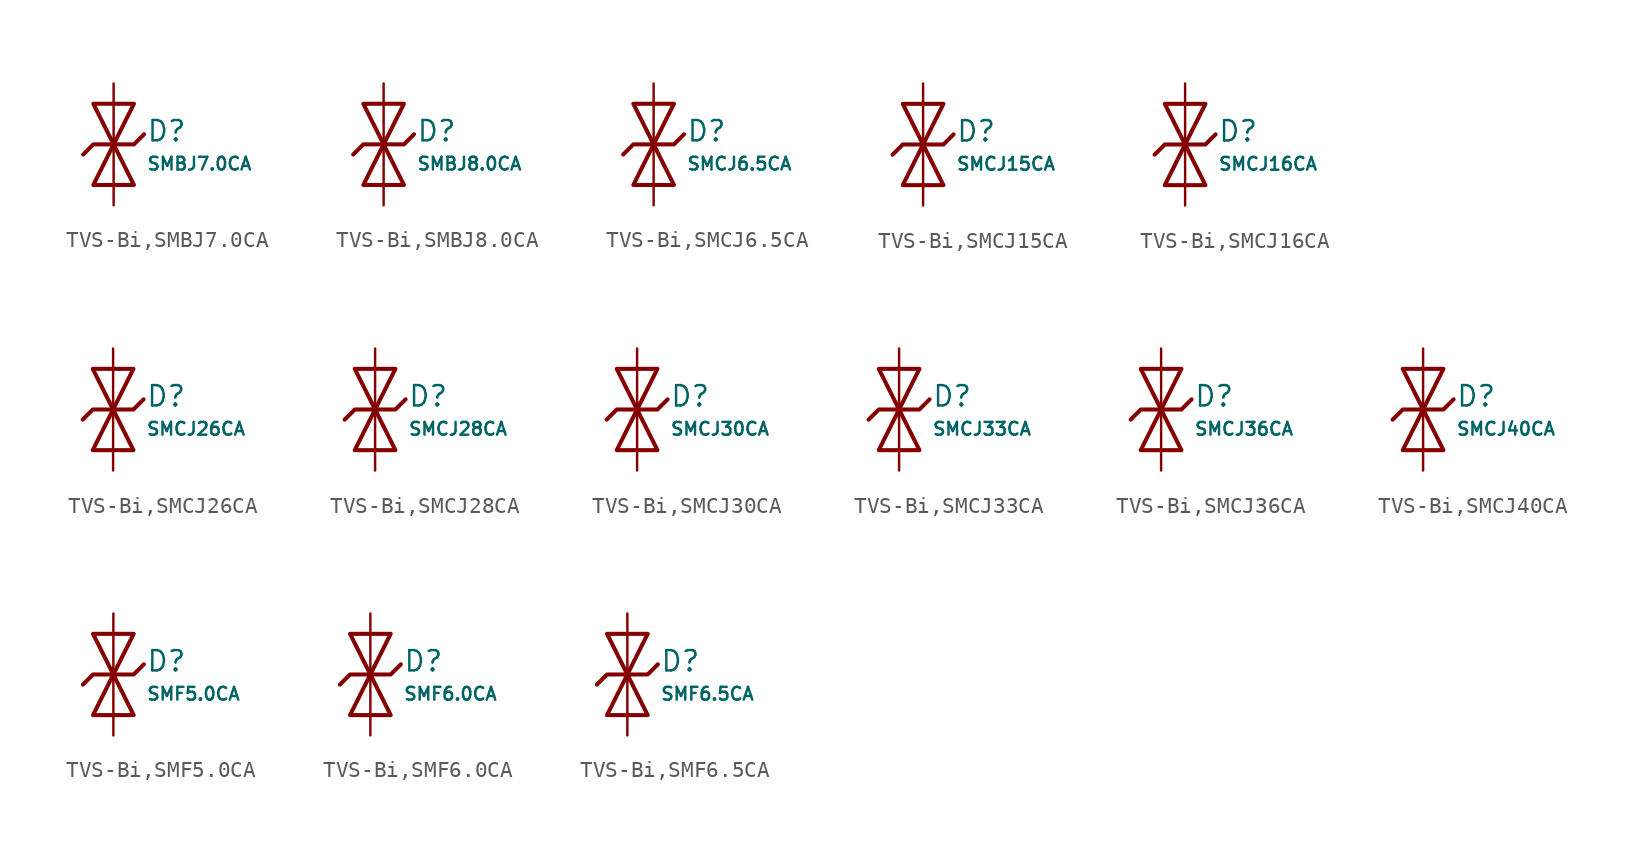
<source format=kicad_sym>
(kicad_symbol_lib
  (version 20231120)
  (generator "CDFER")
  (generator_version "8.0")
  (symbol "TVS-Bi,SMBJ7.0CA"
    (pin_numbers hide)
    (pin_names
      (offset 0))
    (property "Reference" "D"
      (at 2.032 0.834 0)
      (effects (font (size 1.27 1.27)) (justify left)))
    (property "Value" "SMBJ7.0CA"
      (at 2.032 -1.212 0)
      (effects (font (size 0.8 0.8)) (justify left)))
    (symbol "TVS-Bi,SMBJ7.0CA_0_1"
      (polyline (pts (xy -1.27 2.54) (xy 0 0) (xy 1.27 2.54) (xy -1.27 2.54)) (stroke (width 0.254) (type default)) (fill (type none))))
    (symbol "TVS-Bi,SMBJ7.0CA_0_1"
      (polyline (pts (xy 1.27 -2.54) (xy 0 0) (xy -1.27 -2.54) (xy 1.27 -2.54)) (stroke (width 0.254) (type default)) (fill (type none))))
    (symbol "TVS-Bi,SMBJ7.0CA_0_1"
      (polyline (pts (xy -1.905 -0.635) (xy -1.27 0) (xy 1.27 0) (xy 1.905 0.635)) (stroke (width 0.254) (type default)) (fill (type none))))
    (symbol "TVS-Bi,SMBJ7.0CA_1_1"
      (pin passive line (at 0 3.81 270) (length 3.81) (name "~" (effects (font (size 1.27 1.27)))) (number "2" (effects (font (size 1.27 1.27)))))
      (pin passive line (at 0 -3.81 90) (length 3.81) (name "~" (effects (font (size 1.27 1.27)))) (number "1" (effects (font (size 1.27 1.27)))))))
  (symbol "TVS-Bi,SMBJ8.0CA"
    (pin_numbers hide)
    (pin_names
      (offset 0))
    (property "Reference" "D"
      (at 2.032 0.834 0)
      (effects (font (size 1.27 1.27)) (justify left)))
    (property "Value" "SMBJ8.0CA"
      (at 2.032 -1.212 0)
      (effects (font (size 0.8 0.8)) (justify left)))
    (symbol "TVS-Bi,SMBJ8.0CA_0_1"
      (polyline (pts (xy -1.27 2.54) (xy 0 0) (xy 1.27 2.54) (xy -1.27 2.54)) (stroke (width 0.254) (type default)) (fill (type none))))
    (symbol "TVS-Bi,SMBJ8.0CA_0_1"
      (polyline (pts (xy 1.27 -2.54) (xy 0 0) (xy -1.27 -2.54) (xy 1.27 -2.54)) (stroke (width 0.254) (type default)) (fill (type none))))
    (symbol "TVS-Bi,SMBJ8.0CA_0_1"
      (polyline (pts (xy -1.905 -0.635) (xy -1.27 0) (xy 1.27 0) (xy 1.905 0.635)) (stroke (width 0.254) (type default)) (fill (type none))))
    (symbol "TVS-Bi,SMBJ8.0CA_1_1"
      (pin passive line (at 0 3.81 270) (length 3.81) (name "~" (effects (font (size 1.27 1.27)))) (number "2" (effects (font (size 1.27 1.27)))))
      (pin passive line (at 0 -3.81 90) (length 3.81) (name "~" (effects (font (size 1.27 1.27)))) (number "1" (effects (font (size 1.27 1.27)))))))
  (symbol "TVS-Bi,SMCJ6.5CA"
    (pin_numbers hide)
    (pin_names
      (offset 0))
    (property "Reference" "D"
      (at 2.032 0.834 0)
      (effects (font (size 1.27 1.27)) (justify left)))
    (property "Value" "SMCJ6.5CA"
      (at 2.032 -1.212 0)
      (effects (font (size 0.8 0.8)) (justify left)))
    (symbol "TVS-Bi,SMCJ6.5CA_0_1"
      (polyline (pts (xy -1.27 2.54) (xy 0 0) (xy 1.27 2.54) (xy -1.27 2.54)) (stroke (width 0.254) (type default)) (fill (type none))))
    (symbol "TVS-Bi,SMCJ6.5CA_0_1"
      (polyline (pts (xy 1.27 -2.54) (xy 0 0) (xy -1.27 -2.54) (xy 1.27 -2.54)) (stroke (width 0.254) (type default)) (fill (type none))))
    (symbol "TVS-Bi,SMCJ6.5CA_0_1"
      (polyline (pts (xy -1.905 -0.635) (xy -1.27 0) (xy 1.27 0) (xy 1.905 0.635)) (stroke (width 0.254) (type default)) (fill (type none))))
    (symbol "TVS-Bi,SMCJ6.5CA_1_1"
      (pin passive line (at 0 3.81 270) (length 3.81) (name "~" (effects (font (size 1.27 1.27)))) (number "2" (effects (font (size 1.27 1.27)))))
      (pin passive line (at 0 -3.81 90) (length 3.81) (name "~" (effects (font (size 1.27 1.27)))) (number "1" (effects (font (size 1.27 1.27)))))))
  (symbol "TVS-Bi,SMCJ15CA"
    (pin_numbers hide)
    (pin_names
      (offset 0))
    (property "Reference" "D"
      (at 2.032 0.834 0)
      (effects (font (size 1.27 1.27)) (justify left)))
    (property "Value" "SMCJ15CA"
      (at 2.032 -1.212 0)
      (effects (font (size 0.8 0.8)) (justify left)))
    (symbol "TVS-Bi,SMCJ15CA_0_1"
      (polyline (pts (xy -1.27 2.54) (xy 0 0) (xy 1.27 2.54) (xy -1.27 2.54)) (stroke (width 0.254) (type default)) (fill (type none))))
    (symbol "TVS-Bi,SMCJ15CA_0_1"
      (polyline (pts (xy 1.27 -2.54) (xy 0 0) (xy -1.27 -2.54) (xy 1.27 -2.54)) (stroke (width 0.254) (type default)) (fill (type none))))
    (symbol "TVS-Bi,SMCJ15CA_0_1"
      (polyline (pts (xy -1.905 -0.635) (xy -1.27 0) (xy 1.27 0) (xy 1.905 0.635)) (stroke (width 0.254) (type default)) (fill (type none))))
    (symbol "TVS-Bi,SMCJ15CA_1_1"
      (pin passive line (at 0 3.81 270) (length 3.81) (name "~" (effects (font (size 1.27 1.27)))) (number "2" (effects (font (size 1.27 1.27)))))
      (pin passive line (at 0 -3.81 90) (length 3.81) (name "~" (effects (font (size 1.27 1.27)))) (number "1" (effects (font (size 1.27 1.27)))))))
  (symbol "TVS-Bi,SMCJ16CA"
    (pin_numbers hide)
    (pin_names
      (offset 0))
    (property "Reference" "D"
      (at 2.032 0.834 0)
      (effects (font (size 1.27 1.27)) (justify left)))
    (property "Value" "SMCJ16CA"
      (at 2.032 -1.212 0)
      (effects (font (size 0.8 0.8)) (justify left)))
    (symbol "TVS-Bi,SMCJ16CA_0_1"
      (polyline (pts (xy -1.27 2.54) (xy 0 0) (xy 1.27 2.54) (xy -1.27 2.54)) (stroke (width 0.254) (type default)) (fill (type none))))
    (symbol "TVS-Bi,SMCJ16CA_0_1"
      (polyline (pts (xy 1.27 -2.54) (xy 0 0) (xy -1.27 -2.54) (xy 1.27 -2.54)) (stroke (width 0.254) (type default)) (fill (type none))))
    (symbol "TVS-Bi,SMCJ16CA_0_1"
      (polyline (pts (xy -1.905 -0.635) (xy -1.27 0) (xy 1.27 0) (xy 1.905 0.635)) (stroke (width 0.254) (type default)) (fill (type none))))
    (symbol "TVS-Bi,SMCJ16CA_1_1"
      (pin passive line (at 0 3.81 270) (length 3.81) (name "~" (effects (font (size 1.27 1.27)))) (number "2" (effects (font (size 1.27 1.27)))))
      (pin passive line (at 0 -3.81 90) (length 3.81) (name "~" (effects (font (size 1.27 1.27)))) (number "1" (effects (font (size 1.27 1.27)))))))
  (symbol "TVS-Bi,SMCJ26CA"
    (pin_numbers hide)
    (pin_names
      (offset 0))
    (property "Reference" "D"
      (at 2.032 0.834 0)
      (effects (font (size 1.27 1.27)) (justify left)))
    (property "Value" "SMCJ26CA"
      (at 2.032 -1.212 0)
      (effects (font (size 0.8 0.8)) (justify left)))
    (symbol "TVS-Bi,SMCJ26CA_0_1"
      (polyline (pts (xy -1.27 2.54) (xy 0 0) (xy 1.27 2.54) (xy -1.27 2.54)) (stroke (width 0.254) (type default)) (fill (type none))))
    (symbol "TVS-Bi,SMCJ26CA_0_1"
      (polyline (pts (xy 1.27 -2.54) (xy 0 0) (xy -1.27 -2.54) (xy 1.27 -2.54)) (stroke (width 0.254) (type default)) (fill (type none))))
    (symbol "TVS-Bi,SMCJ26CA_0_1"
      (polyline (pts (xy -1.905 -0.635) (xy -1.27 0) (xy 1.27 0) (xy 1.905 0.635)) (stroke (width 0.254) (type default)) (fill (type none))))
    (symbol "TVS-Bi,SMCJ26CA_1_1"
      (pin passive line (at 0 3.81 270) (length 3.81) (name "~" (effects (font (size 1.27 1.27)))) (number "2" (effects (font (size 1.27 1.27)))))
      (pin passive line (at 0 -3.81 90) (length 3.81) (name "~" (effects (font (size 1.27 1.27)))) (number "1" (effects (font (size 1.27 1.27)))))))
  (symbol "TVS-Bi,SMCJ28CA"
    (pin_numbers hide)
    (pin_names
      (offset 0))
    (property "Reference" "D"
      (at 2.032 0.834 0)
      (effects (font (size 1.27 1.27)) (justify left)))
    (property "Value" "SMCJ28CA"
      (at 2.032 -1.212 0)
      (effects (font (size 0.8 0.8)) (justify left)))
    (symbol "TVS-Bi,SMCJ28CA_0_1"
      (polyline (pts (xy -1.27 2.54) (xy 0 0) (xy 1.27 2.54) (xy -1.27 2.54)) (stroke (width 0.254) (type default)) (fill (type none))))
    (symbol "TVS-Bi,SMCJ28CA_0_1"
      (polyline (pts (xy 1.27 -2.54) (xy 0 0) (xy -1.27 -2.54) (xy 1.27 -2.54)) (stroke (width 0.254) (type default)) (fill (type none))))
    (symbol "TVS-Bi,SMCJ28CA_0_1"
      (polyline (pts (xy -1.905 -0.635) (xy -1.27 0) (xy 1.27 0) (xy 1.905 0.635)) (stroke (width 0.254) (type default)) (fill (type none))))
    (symbol "TVS-Bi,SMCJ28CA_1_1"
      (pin passive line (at 0 3.81 270) (length 3.81) (name "~" (effects (font (size 1.27 1.27)))) (number "2" (effects (font (size 1.27 1.27)))))
      (pin passive line (at 0 -3.81 90) (length 3.81) (name "~" (effects (font (size 1.27 1.27)))) (number "1" (effects (font (size 1.27 1.27)))))))
  (symbol "TVS-Bi,SMCJ30CA"
    (pin_numbers hide)
    (pin_names
      (offset 0))
    (property "Reference" "D"
      (at 2.032 0.834 0)
      (effects (font (size 1.27 1.27)) (justify left)))
    (property "Value" "SMCJ30CA"
      (at 2.032 -1.212 0)
      (effects (font (size 0.8 0.8)) (justify left)))
    (symbol "TVS-Bi,SMCJ30CA_0_1"
      (polyline (pts (xy -1.27 2.54) (xy 0 0) (xy 1.27 2.54) (xy -1.27 2.54)) (stroke (width 0.254) (type default)) (fill (type none))))
    (symbol "TVS-Bi,SMCJ30CA_0_1"
      (polyline (pts (xy 1.27 -2.54) (xy 0 0) (xy -1.27 -2.54) (xy 1.27 -2.54)) (stroke (width 0.254) (type default)) (fill (type none))))
    (symbol "TVS-Bi,SMCJ30CA_0_1"
      (polyline (pts (xy -1.905 -0.635) (xy -1.27 0) (xy 1.27 0) (xy 1.905 0.635)) (stroke (width 0.254) (type default)) (fill (type none))))
    (symbol "TVS-Bi,SMCJ30CA_1_1"
      (pin passive line (at 0 3.81 270) (length 3.81) (name "~" (effects (font (size 1.27 1.27)))) (number "2" (effects (font (size 1.27 1.27)))))
      (pin passive line (at 0 -3.81 90) (length 3.81) (name "~" (effects (font (size 1.27 1.27)))) (number "1" (effects (font (size 1.27 1.27)))))))
  (symbol "TVS-Bi,SMCJ33CA"
    (pin_numbers hide)
    (pin_names
      (offset 0))
    (property "Reference" "D"
      (at 2.032 0.834 0)
      (effects (font (size 1.27 1.27)) (justify left)))
    (property "Value" "SMCJ33CA"
      (at 2.032 -1.212 0)
      (effects (font (size 0.8 0.8)) (justify left)))
    (symbol "TVS-Bi,SMCJ33CA_0_1"
      (polyline (pts (xy -1.27 2.54) (xy 0 0) (xy 1.27 2.54) (xy -1.27 2.54)) (stroke (width 0.254) (type default)) (fill (type none))))
    (symbol "TVS-Bi,SMCJ33CA_0_1"
      (polyline (pts (xy 1.27 -2.54) (xy 0 0) (xy -1.27 -2.54) (xy 1.27 -2.54)) (stroke (width 0.254) (type default)) (fill (type none))))
    (symbol "TVS-Bi,SMCJ33CA_0_1"
      (polyline (pts (xy -1.905 -0.635) (xy -1.27 0) (xy 1.27 0) (xy 1.905 0.635)) (stroke (width 0.254) (type default)) (fill (type none))))
    (symbol "TVS-Bi,SMCJ33CA_1_1"
      (pin passive line (at 0 3.81 270) (length 3.81) (name "~" (effects (font (size 1.27 1.27)))) (number "2" (effects (font (size 1.27 1.27)))))
      (pin passive line (at 0 -3.81 90) (length 3.81) (name "~" (effects (font (size 1.27 1.27)))) (number "1" (effects (font (size 1.27 1.27)))))))
  (symbol "TVS-Bi,SMCJ36CA"
    (pin_numbers hide)
    (pin_names
      (offset 0))
    (property "Reference" "D"
      (at 2.032 0.834 0)
      (effects (font (size 1.27 1.27)) (justify left)))
    (property "Value" "SMCJ36CA"
      (at 2.032 -1.212 0)
      (effects (font (size 0.8 0.8)) (justify left)))
    (symbol "TVS-Bi,SMCJ36CA_0_1"
      (polyline (pts (xy -1.27 2.54) (xy 0 0) (xy 1.27 2.54) (xy -1.27 2.54)) (stroke (width 0.254) (type default)) (fill (type none))))
    (symbol "TVS-Bi,SMCJ36CA_0_1"
      (polyline (pts (xy 1.27 -2.54) (xy 0 0) (xy -1.27 -2.54) (xy 1.27 -2.54)) (stroke (width 0.254) (type default)) (fill (type none))))
    (symbol "TVS-Bi,SMCJ36CA_0_1"
      (polyline (pts (xy -1.905 -0.635) (xy -1.27 0) (xy 1.27 0) (xy 1.905 0.635)) (stroke (width 0.254) (type default)) (fill (type none))))
    (symbol "TVS-Bi,SMCJ36CA_1_1"
      (pin passive line (at 0 3.81 270) (length 3.81) (name "~" (effects (font (size 1.27 1.27)))) (number "2" (effects (font (size 1.27 1.27)))))
      (pin passive line (at 0 -3.81 90) (length 3.81) (name "~" (effects (font (size 1.27 1.27)))) (number "1" (effects (font (size 1.27 1.27)))))))
  (symbol "TVS-Bi,SMCJ40CA"
    (pin_numbers hide)
    (pin_names
      (offset 0))
    (property "Reference" "D"
      (at 2.032 0.834 0)
      (effects (font (size 1.27 1.27)) (justify left)))
    (property "Value" "SMCJ40CA"
      (at 2.032 -1.212 0)
      (effects (font (size 0.8 0.8)) (justify left)))
    (symbol "TVS-Bi,SMCJ40CA_0_1"
      (polyline (pts (xy -1.27 2.54) (xy 0 0) (xy 1.27 2.54) (xy -1.27 2.54)) (stroke (width 0.254) (type default)) (fill (type none))))
    (symbol "TVS-Bi,SMCJ40CA_0_1"
      (polyline (pts (xy 1.27 -2.54) (xy 0 0) (xy -1.27 -2.54) (xy 1.27 -2.54)) (stroke (width 0.254) (type default)) (fill (type none))))
    (symbol "TVS-Bi,SMCJ40CA_0_1"
      (polyline (pts (xy -1.905 -0.635) (xy -1.27 0) (xy 1.27 0) (xy 1.905 0.635)) (stroke (width 0.254) (type default)) (fill (type none))))
    (symbol "TVS-Bi,SMCJ40CA_1_1"
      (pin passive line (at 0 3.81 270) (length 3.81) (name "~" (effects (font (size 1.27 1.27)))) (number "2" (effects (font (size 1.27 1.27)))))
      (pin passive line (at 0 -3.81 90) (length 3.81) (name "~" (effects (font (size 1.27 1.27)))) (number "1" (effects (font (size 1.27 1.27)))))))
  (symbol "TVS-Bi,SMF5.0CA"
    (pin_numbers hide)
    (pin_names
      (offset 0))
    (property "Reference" "D"
      (at 2.032 0.834 0)
      (effects (font (size 1.27 1.27)) (justify left)))
    (property "Value" "SMF5.0CA"
      (at 2.032 -1.212 0)
      (effects (font (size 0.8 0.8)) (justify left)))
    (symbol "TVS-Bi,SMF5.0CA_0_1"
      (polyline (pts (xy -1.27 2.54) (xy 0 0) (xy 1.27 2.54) (xy -1.27 2.54)) (stroke (width 0.254) (type default)) (fill (type none))))
    (symbol "TVS-Bi,SMF5.0CA_0_1"
      (polyline (pts (xy 1.27 -2.54) (xy 0 0) (xy -1.27 -2.54) (xy 1.27 -2.54)) (stroke (width 0.254) (type default)) (fill (type none))))
    (symbol "TVS-Bi,SMF5.0CA_0_1"
      (polyline (pts (xy -1.905 -0.635) (xy -1.27 0) (xy 1.27 0) (xy 1.905 0.635)) (stroke (width 0.254) (type default)) (fill (type none))))
    (symbol "TVS-Bi,SMF5.0CA_1_1"
      (pin passive line (at 0 3.81 270) (length 3.81) (name "~" (effects (font (size 1.27 1.27)))) (number "2" (effects (font (size 1.27 1.27)))))
      (pin passive line (at 0 -3.81 90) (length 3.81) (name "~" (effects (font (size 1.27 1.27)))) (number "1" (effects (font (size 1.27 1.27)))))))
  (symbol "TVS-Bi,SMF6.0CA"
    (pin_numbers hide)
    (pin_names
      (offset 0))
    (property "Reference" "D"
      (at 2.032 0.834 0)
      (effects (font (size 1.27 1.27)) (justify left)))
    (property "Value" "SMF6.0CA"
      (at 2.032 -1.212 0)
      (effects (font (size 0.8 0.8)) (justify left)))
    (symbol "TVS-Bi,SMF6.0CA_0_1"
      (polyline (pts (xy -1.27 2.54) (xy 0 0) (xy 1.27 2.54) (xy -1.27 2.54)) (stroke (width 0.254) (type default)) (fill (type none))))
    (symbol "TVS-Bi,SMF6.0CA_0_1"
      (polyline (pts (xy 1.27 -2.54) (xy 0 0) (xy -1.27 -2.54) (xy 1.27 -2.54)) (stroke (width 0.254) (type default)) (fill (type none))))
    (symbol "TVS-Bi,SMF6.0CA_0_1"
      (polyline (pts (xy -1.905 -0.635) (xy -1.27 0) (xy 1.27 0) (xy 1.905 0.635)) (stroke (width 0.254) (type default)) (fill (type none))))
    (symbol "TVS-Bi,SMF6.0CA_1_1"
      (pin passive line (at 0 3.81 270) (length 3.81) (name "~" (effects (font (size 1.27 1.27)))) (number "2" (effects (font (size 1.27 1.27)))))
      (pin passive line (at 0 -3.81 90) (length 3.81) (name "~" (effects (font (size 1.27 1.27)))) (number "1" (effects (font (size 1.27 1.27)))))))
  (symbol "TVS-Bi,SMF6.5CA"
    (pin_numbers hide)
    (pin_names
      (offset 0))
    (property "Reference" "D"
      (at 2.032 0.834 0)
      (effects (font (size 1.27 1.27)) (justify left)))
    (property "Value" "SMF6.5CA"
      (at 2.032 -1.212 0)
      (effects (font (size 0.8 0.8)) (justify left)))
    (symbol "TVS-Bi,SMF6.5CA_0_1"
      (polyline (pts (xy -1.27 2.54) (xy 0 0) (xy 1.27 2.54) (xy -1.27 2.54)) (stroke (width 0.254) (type default)) (fill (type none))))
    (symbol "TVS-Bi,SMF6.5CA_0_1"
      (polyline (pts (xy 1.27 -2.54) (xy 0 0) (xy -1.27 -2.54) (xy 1.27 -2.54)) (stroke (width 0.254) (type default)) (fill (type none))))
    (symbol "TVS-Bi,SMF6.5CA_0_1"
      (polyline (pts (xy -1.905 -0.635) (xy -1.27 0) (xy 1.27 0) (xy 1.905 0.635)) (stroke (width 0.254) (type default)) (fill (type none))))
    (symbol "TVS-Bi,SMF6.5CA_1_1"
      (pin passive line (at 0 3.81 270) (length 3.81) (name "~" (effects (font (size 1.27 1.27)))) (number "2" (effects (font (size 1.27 1.27)))))
      (pin passive line (at 0 -3.81 90) (length 3.81) (name "~" (effects (font (size 1.27 1.27)))) (number "1" (effects (font (size 1.27 1.27))))))))
</source>
